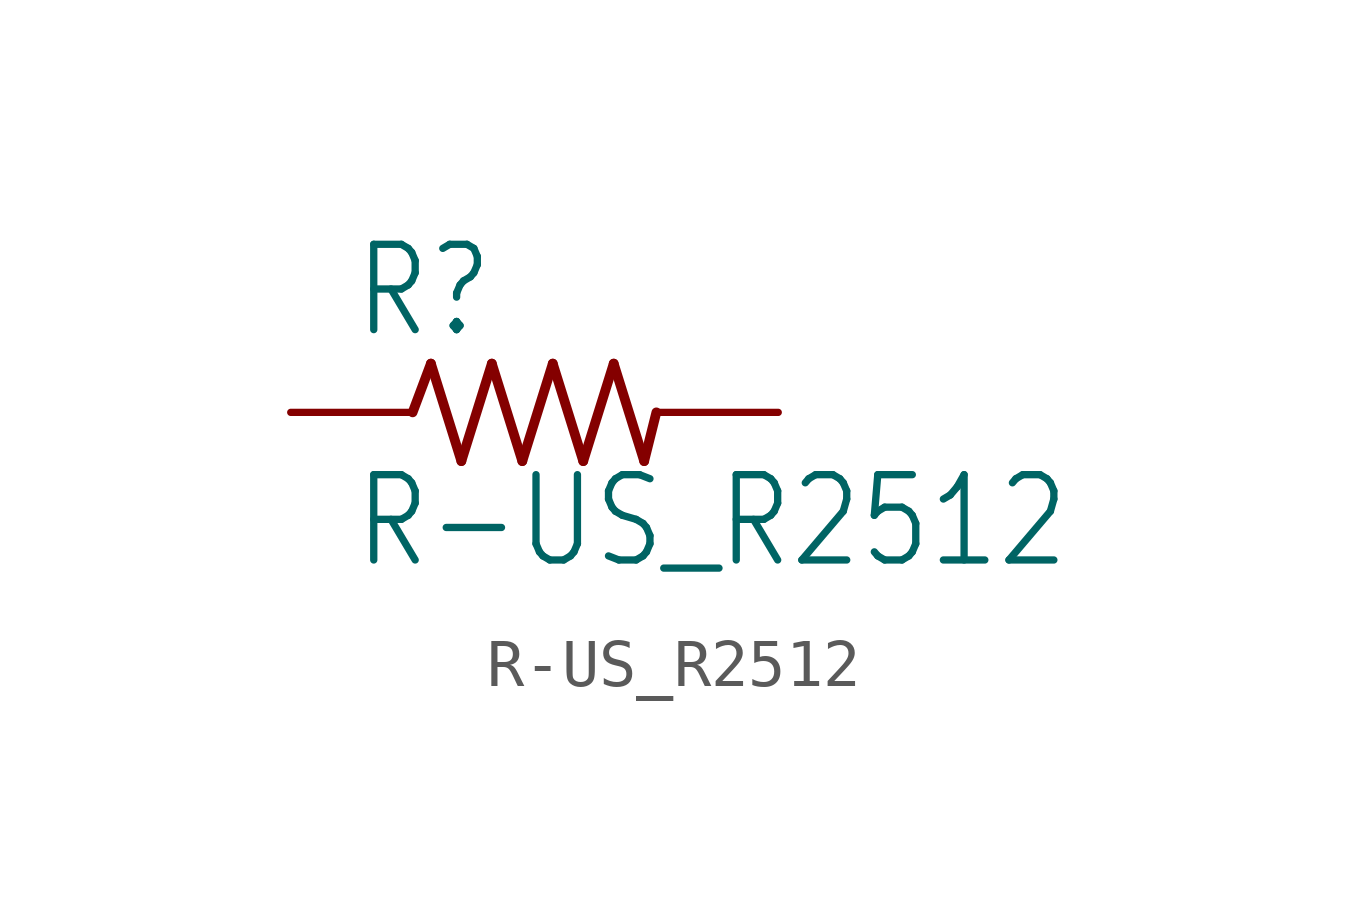
<source format=kicad_sym>
(kicad_symbol_lib
  (version 20211014)
  (generator kicad_symbol_editor)
  (symbol "R-US_R2512"
    (property "Reference" "R"
      (at -3.81 1.499 0)
      (effects (font (size 1.778 1.511)) (justify left bottom)))
    (property "Value" "R-US_R2512"
      (at -3.81 -3.302 0)
      (effects (font (size 1.778 1.511)) (justify left bottom)))
    (property "ki_locked" ""
      (at 0 0 0)
      (effects (font (size 1.27 1.27))))
    (symbol "R-US_R2512_1_0"
      (polyline (pts (xy -2.54 0) (xy -2.159 1.016)) (stroke (width 0.203) (type default) (color 0 0 0 0)) (fill (type none)))
      (polyline (pts (xy -2.159 1.016) (xy -1.524 -1.016)) (stroke (width 0.203) (type default) (color 0 0 0 0)) (fill (type none)))
      (polyline (pts (xy -1.524 -1.016) (xy -0.889 1.016)) (stroke (width 0.203) (type default) (color 0 0 0 0)) (fill (type none)))
      (polyline (pts (xy -0.889 1.016) (xy -0.254 -1.016)) (stroke (width 0.203) (type default) (color 0 0 0 0)) (fill (type none)))
      (polyline (pts (xy -0.254 -1.016) (xy 0.381 1.016)) (stroke (width 0.203) (type default) (color 0 0 0 0)) (fill (type none)))
      (polyline (pts (xy 0.381 1.016) (xy 1.016 -1.016)) (stroke (width 0.203) (type default) (color 0 0 0 0)) (fill (type none)))
      (polyline (pts (xy 1.016 -1.016) (xy 1.651 1.016)) (stroke (width 0.203) (type default) (color 0 0 0 0)) (fill (type none)))
      (polyline (pts (xy 1.651 1.016) (xy 2.286 -1.016)) (stroke (width 0.203) (type default) (color 0 0 0 0)) (fill (type none)))
      (polyline (pts (xy 2.286 -1.016) (xy 2.54 0)) (stroke (width 0.203) (type default) (color 0 0 0 0)) (fill (type none)))
      (pin passive line (at -5.08 0 0) (length 2.54) (name "1" (effects (font (size 0 0)))) (number "1" (effects (font (size 0 0)))))
      (pin passive line (at 5.08 0 180) (length 2.54) (name "2" (effects (font (size 0 0)))) (number "2" (effects (font (size 0 0))))))))
</source>
